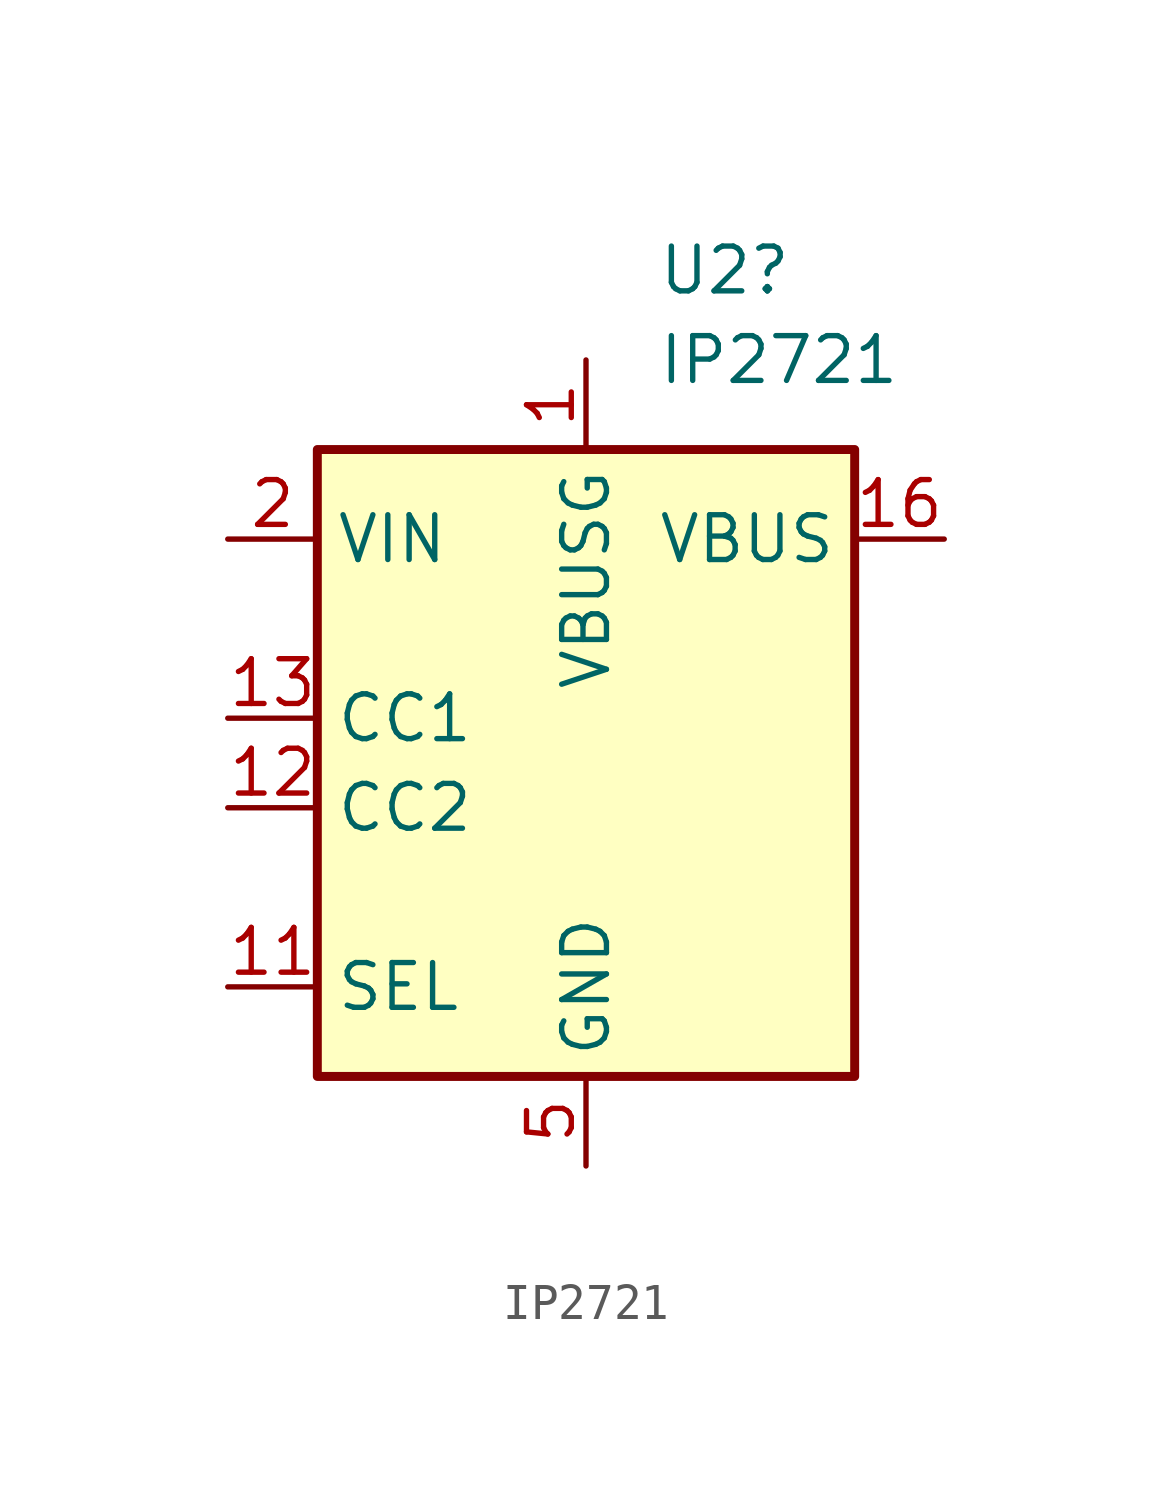
<source format=kicad_sym>
(kicad_symbol_lib
  (version 20211014)
  (generator kicad_symbol_editor)
  (symbol "IP2721"
    (property "Reference" "U2"
      (at 2.019 13.97 0)
      (effects (font (size 1.27 1.27)) (justify left)))
    (property "Value" "IP2721"
      (at 2.019 11.43 0)
      (effects (font (size 1.27 1.27)) (justify left)))
    (symbol "IP2721_0_1"
      (rectangle (start -7.62 8.89) (end 7.62 -8.89) (stroke (width 0.254) (type default) (color 0 0 0 0)) (fill (type background))))
    (symbol "IP2721_1_1"
      (pin passive line (at 0 11.43 270) (length 2.54) (name "VBUSG" (effects (font (size 1.27 1.27)))) (number "1" (effects (font (size 1.27 1.27)))))
      (pin no_connect line (at 0 0 0) (length 2.54) hide (name "NC" (effects (font (size 1.27 1.27)))) (number "10" (effects (font (size 1.27 1.27)))))
      (pin input line (at -10.16 -6.35 0) (length 2.54) (name "SEL" (effects (font (size 1.27 1.27)))) (number "11" (effects (font (size 1.27 1.27)))))
      (pin bidirectional line (at -10.16 -1.27 0) (length 2.54) (name "CC2" (effects (font (size 1.27 1.27)))) (number "12" (effects (font (size 1.27 1.27)))))
      (pin bidirectional line (at -10.16 1.27 0) (length 2.54) (name "CC1" (effects (font (size 1.27 1.27)))) (number "13" (effects (font (size 1.27 1.27)))))
      (pin no_connect line (at 0 0 0) (length 2.54) hide (name "NC" (effects (font (size 1.27 1.27)))) (number "14" (effects (font (size 1.27 1.27)))))
      (pin no_connect line (at 0 0 0) (length 2.54) hide (name "NC" (effects (font (size 1.27 1.27)))) (number "15" (effects (font (size 1.27 1.27)))))
      (pin passive line (at 10.16 6.35 180) (length 2.54) (name "VBUS" (effects (font (size 1.27 1.27)))) (number "16" (effects (font (size 1.27 1.27)))))
      (pin power_in line (at -10.16 6.35 0) (length 2.54) (name "VIN" (effects (font (size 1.27 1.27)))) (number "2" (effects (font (size 1.27 1.27)))))
      (pin no_connect line (at 0 0 0) (length 2.54) hide (name "NC" (effects (font (size 1.27 1.27)))) (number "3" (effects (font (size 1.27 1.27)))))
      (pin no_connect line (at 0 0 0) (length 2.54) hide (name "NC" (effects (font (size 1.27 1.27)))) (number "4" (effects (font (size 1.27 1.27)))))
      (pin power_in line (at 0 -11.43 90) (length 2.54) (name "GND" (effects (font (size 1.27 1.27)))) (number "5" (effects (font (size 1.27 1.27)))))
      (pin no_connect line (at 0 0 0) (length 2.54) hide (name "TST1" (effects (font (size 1.27 1.27)))) (number "6" (effects (font (size 1.27 1.27)))))
      (pin no_connect line (at 0 0 0) (length 2.54) hide (name "TST2" (effects (font (size 1.27 1.27)))) (number "7" (effects (font (size 1.27 1.27)))))
      (pin no_connect line (at 0 0 0) (length 2.54) hide (name "TST3" (effects (font (size 1.27 1.27)))) (number "8" (effects (font (size 1.27 1.27)))))
      (pin no_connect line (at 0 0 0) (length 2.54) hide (name "NC" (effects (font (size 1.27 1.27)))) (number "9" (effects (font (size 1.27 1.27))))))))
</source>
